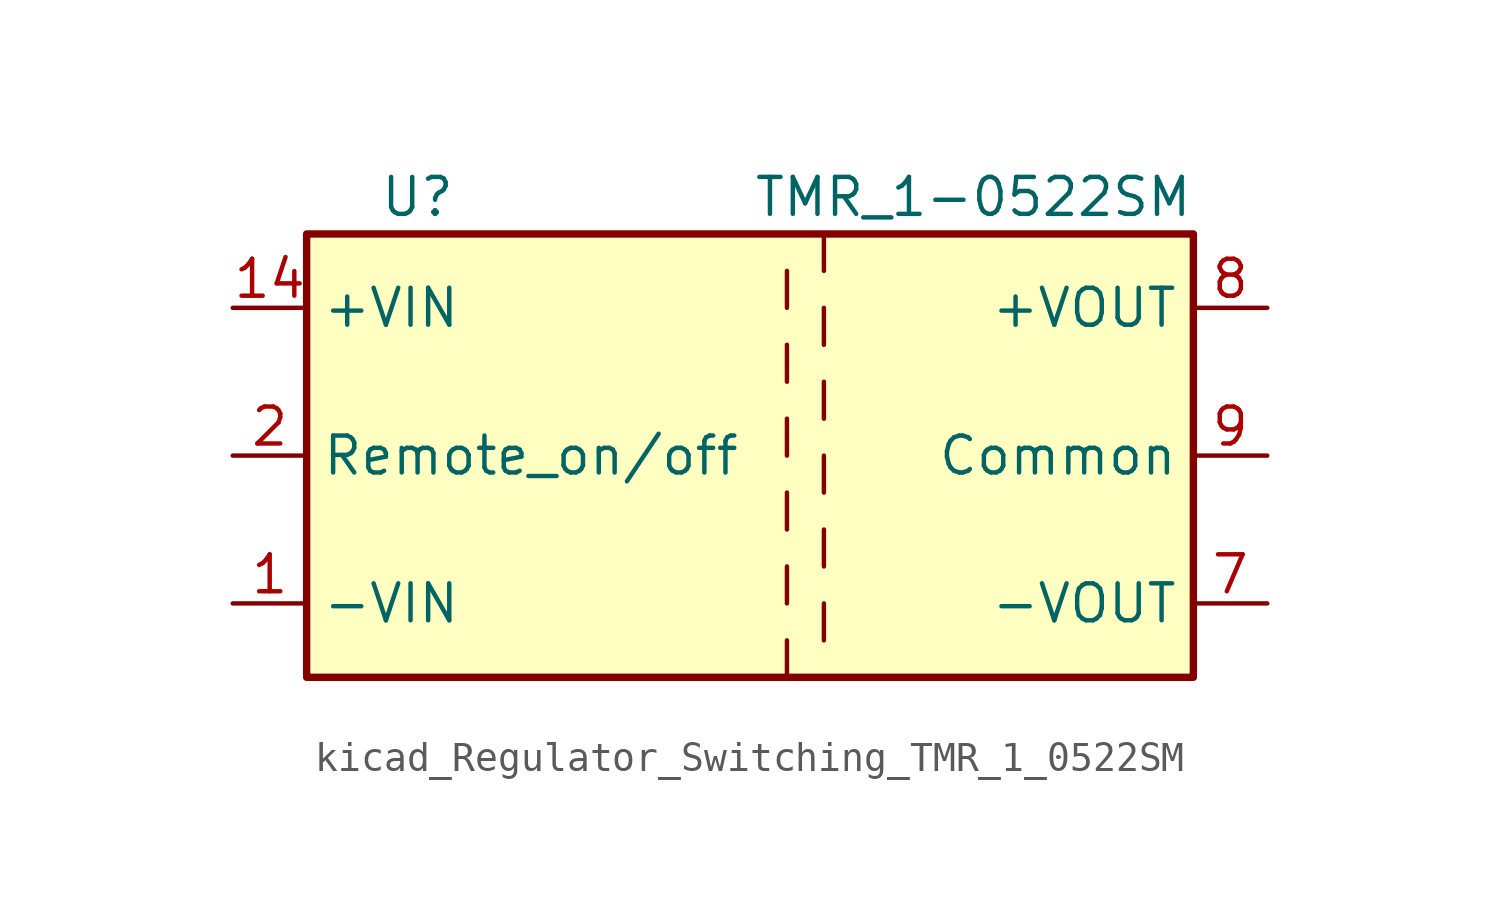
<source format=kicad_sym>
(kicad_symbol_lib
  (version 20220914)
  (generator kicad_symbol_editor)
  (symbol "kicad_Regulator_Switching_TMR_1_0522SM"
    (property "Reference" "U"
      (at -11.43 8.89 0)
      (effects (font (size 1.27 1.27))))
    (property "Value" "TMR_1-0522SM"
      (at 15.24 8.89 0)
      (effects (font (size 1.27 1.27)) (justify right)))
    (symbol "kicad_Regulator_Switching_TMR_1_0522SM_0_1"
      (rectangle (start -15.24 7.62) (end 15.24 -7.62) (stroke (width 0.254) (type default)) (fill (type background)))
      (polyline (pts (xy 1.27 -6.35) (xy 1.27 -7.62)) (stroke (width 0) (type default)) (fill (type none)))
      (polyline (pts (xy 1.27 -3.81) (xy 1.27 -5.08)) (stroke (width 0) (type default)) (fill (type none)))
      (polyline (pts (xy 1.27 -1.27) (xy 1.27 -2.54)) (stroke (width 0) (type default)) (fill (type none)))
      (polyline (pts (xy 1.27 1.27) (xy 1.27 0)) (stroke (width 0) (type default)) (fill (type none)))
      (polyline (pts (xy 1.27 3.81) (xy 1.27 2.54)) (stroke (width 0) (type default)) (fill (type none)))
      (polyline (pts (xy 1.27 6.35) (xy 1.27 5.08)) (stroke (width 0) (type default)) (fill (type none)))
      (polyline (pts (xy 2.54 -5.08) (xy 2.54 -6.35)) (stroke (width 0) (type default)) (fill (type none)))
      (polyline (pts (xy 2.54 -2.54) (xy 2.54 -3.81)) (stroke (width 0) (type default)) (fill (type none)))
      (polyline (pts (xy 2.54 0) (xy 2.54 -1.27)) (stroke (width 0) (type default)) (fill (type none)))
      (polyline (pts (xy 2.54 2.54) (xy 2.54 1.27)) (stroke (width 0) (type default)) (fill (type none)))
      (polyline (pts (xy 2.54 5.08) (xy 2.54 3.81)) (stroke (width 0) (type default)) (fill (type none)))
      (polyline (pts (xy 2.54 7.62) (xy 2.54 6.35)) (stroke (width 0) (type default)) (fill (type none))))
    (symbol "kicad_Regulator_Switching_TMR_1_0522SM_1_1"
      (pin power_in line (at -17.78 -5.08 0) (length 2.54) (name "-VIN" (effects (font (size 1.27 1.27)))) (number "1" (effects (font (size 1.27 1.27)))))
      (pin power_in line (at -17.78 5.08 0) (length 2.54) (name "+VIN" (effects (font (size 1.27 1.27)))) (number "14" (effects (font (size 1.27 1.27)))))
      (pin input line (at -17.78 0 0) (length 2.54) (name "Remote_on/off" (effects (font (size 1.27 1.27)))) (number "2" (effects (font (size 1.27 1.27)))))
      (pin passive line (at 17.78 0 180) (length 2.54) hide (name "Common" (effects (font (size 1.27 1.27)))) (number "6" (effects (font (size 1.27 1.27)))))
      (pin power_out line (at 17.78 -5.08 180) (length 2.54) (name "-VOUT" (effects (font (size 1.27 1.27)))) (number "7" (effects (font (size 1.27 1.27)))))
      (pin power_out line (at 17.78 5.08 180) (length 2.54) (name "+VOUT" (effects (font (size 1.27 1.27)))) (number "8" (effects (font (size 1.27 1.27)))))
      (pin power_out line (at 17.78 0 180) (length 2.54) (name "Common" (effects (font (size 1.27 1.27)))) (number "9" (effects (font (size 1.27 1.27))))))))
</source>
